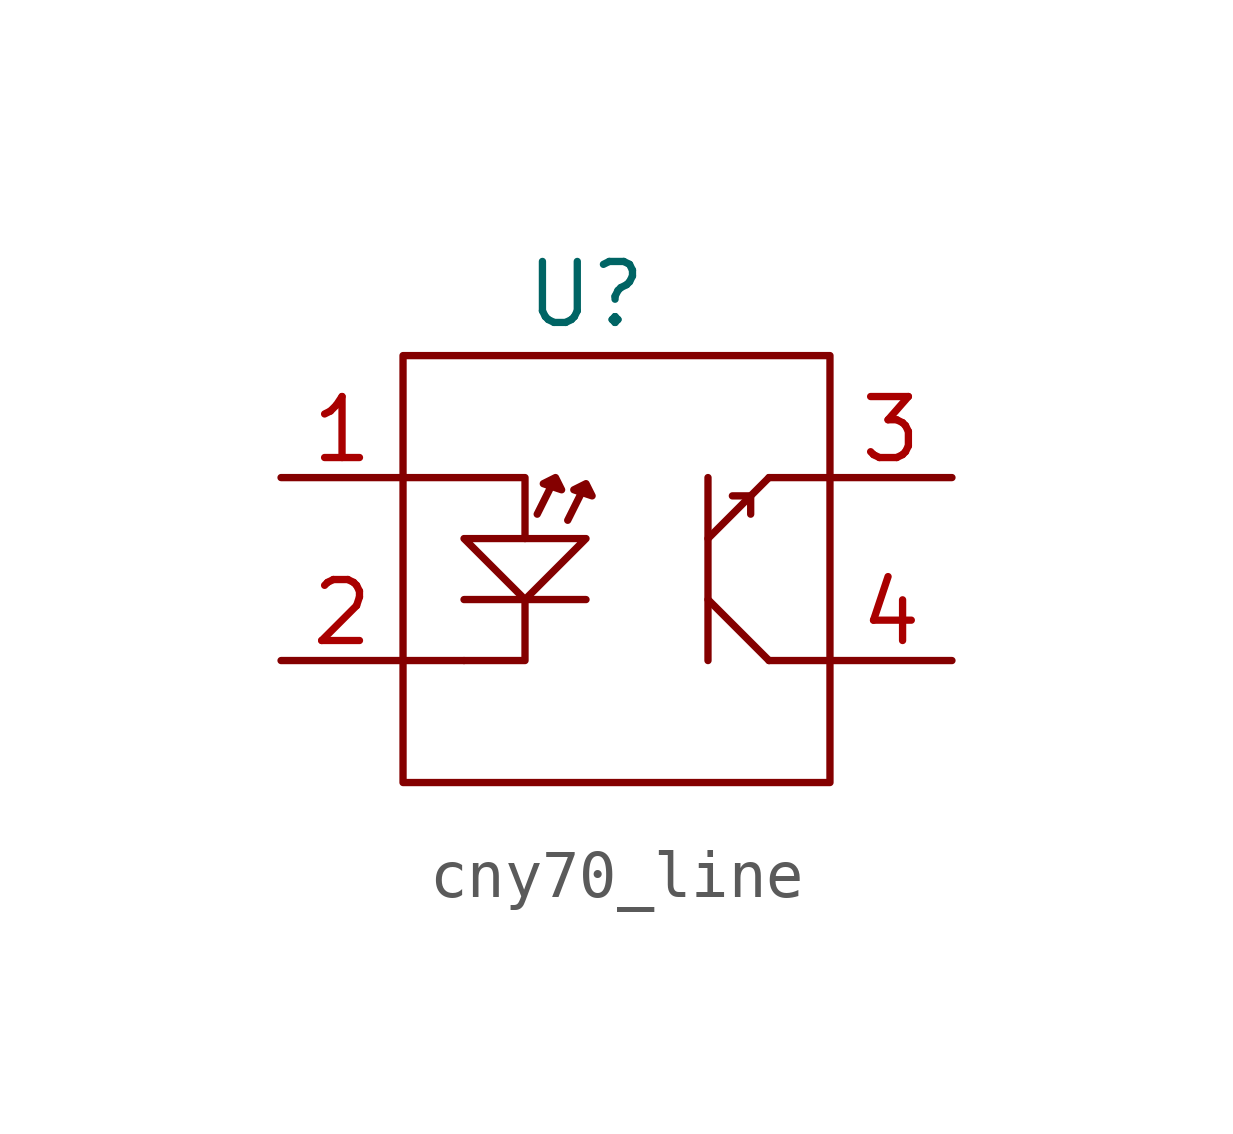
<source format=kicad_sym>
(kicad_symbol_lib
  (version 20220914)
  (generator kicad_symbol_editor)
  (symbol "cny70_line"
    (property "Reference" "U"
      (at 0 6.35 0)
      (effects (font (size 1.27 1.27))))
    (property "Value" ""
      (at 0 0 0)
      (effects (font (size 1.27 1.27))))
    (symbol "cny70_line_0_1"
      (rectangle (start -3.81 5.08) (end 5.08 -3.81) (stroke (width 0) (type default)) (fill (type none)))
      (polyline (pts (xy -3.81 -1.27) (xy -2.54 -1.27)) (stroke (width 0) (type default)) (fill (type none)))
      (polyline (pts (xy -2.54 0) (xy 0 0)) (stroke (width 0) (type default)) (fill (type none)))
      (polyline (pts (xy 3.81 -1.27) (xy 2.54 0)) (stroke (width 0) (type default)) (fill (type none)))
      (polyline (pts (xy 3.81 2.54) (xy 2.54 1.27)) (stroke (width 0) (type default)) (fill (type none)))
      (polyline (pts (xy 5.08 -1.27) (xy 3.81 -1.27)) (stroke (width 0) (type default)) (fill (type none)))
      (polyline (pts (xy 5.08 2.54) (xy 3.81 2.54)) (stroke (width 0) (type default)) (fill (type none)))
      (polyline (pts (xy -3.81 2.54) (xy -1.27 2.54) (xy -1.27 1.27)) (stroke (width 0) (type default)) (fill (type none)))
      (polyline (pts (xy -2.54 -1.27) (xy -1.27 -1.27) (xy -1.27 0)) (stroke (width 0) (type default)) (fill (type none)))
      (polyline (pts (xy 2.54 2.54) (xy 2.54 -1.27) (xy 2.54 -1.27)) (stroke (width 0) (type default)) (fill (type none)))
      (polyline (pts (xy 3.048 2.159) (xy 3.429 2.159) (xy 3.429 1.778)) (stroke (width 0) (type default)) (fill (type none)))
      (polyline (pts (xy -2.54 1.27) (xy 0 1.27) (xy -1.27 0) (xy -2.54 1.27) (xy -1.27 0)) (stroke (width 0) (type default)) (fill (type none)))
      (polyline (pts (xy -1.016 1.778) (xy -0.635 2.54) (xy -0.889 2.413) (xy -0.508 2.286) (xy -0.635 2.54) (xy -0.635 2.413)) (stroke (width 0) (type default)) (fill (type none)))
      (polyline (pts (xy -0.381 1.651) (xy 0 2.413) (xy -0.254 2.286) (xy 0.127 2.159) (xy 0 2.413) (xy 0 2.286)) (stroke (width 0) (type default)) (fill (type none))))
    (symbol "cny70_line_1_1"
      (pin bidirectional line (at -6.35 2.54 0) (length 2.54) (name "" (effects (font (size 1.27 1.27)))) (number "1" (effects (font (size 1.27 1.27)))))
      (pin bidirectional line (at -6.35 -1.27 0) (length 2.54) (name "" (effects (font (size 1.27 1.27)))) (number "2" (effects (font (size 1.27 1.27)))))
      (pin bidirectional line (at 7.62 2.54 180) (length 2.54) (name "" (effects (font (size 1.27 1.27)))) (number "3" (effects (font (size 1.27 1.27)))))
      (pin bidirectional line (at 7.62 -1.27 180) (length 2.54) (name "" (effects (font (size 1.27 1.27)))) (number "4" (effects (font (size 1.27 1.27))))))))
</source>
